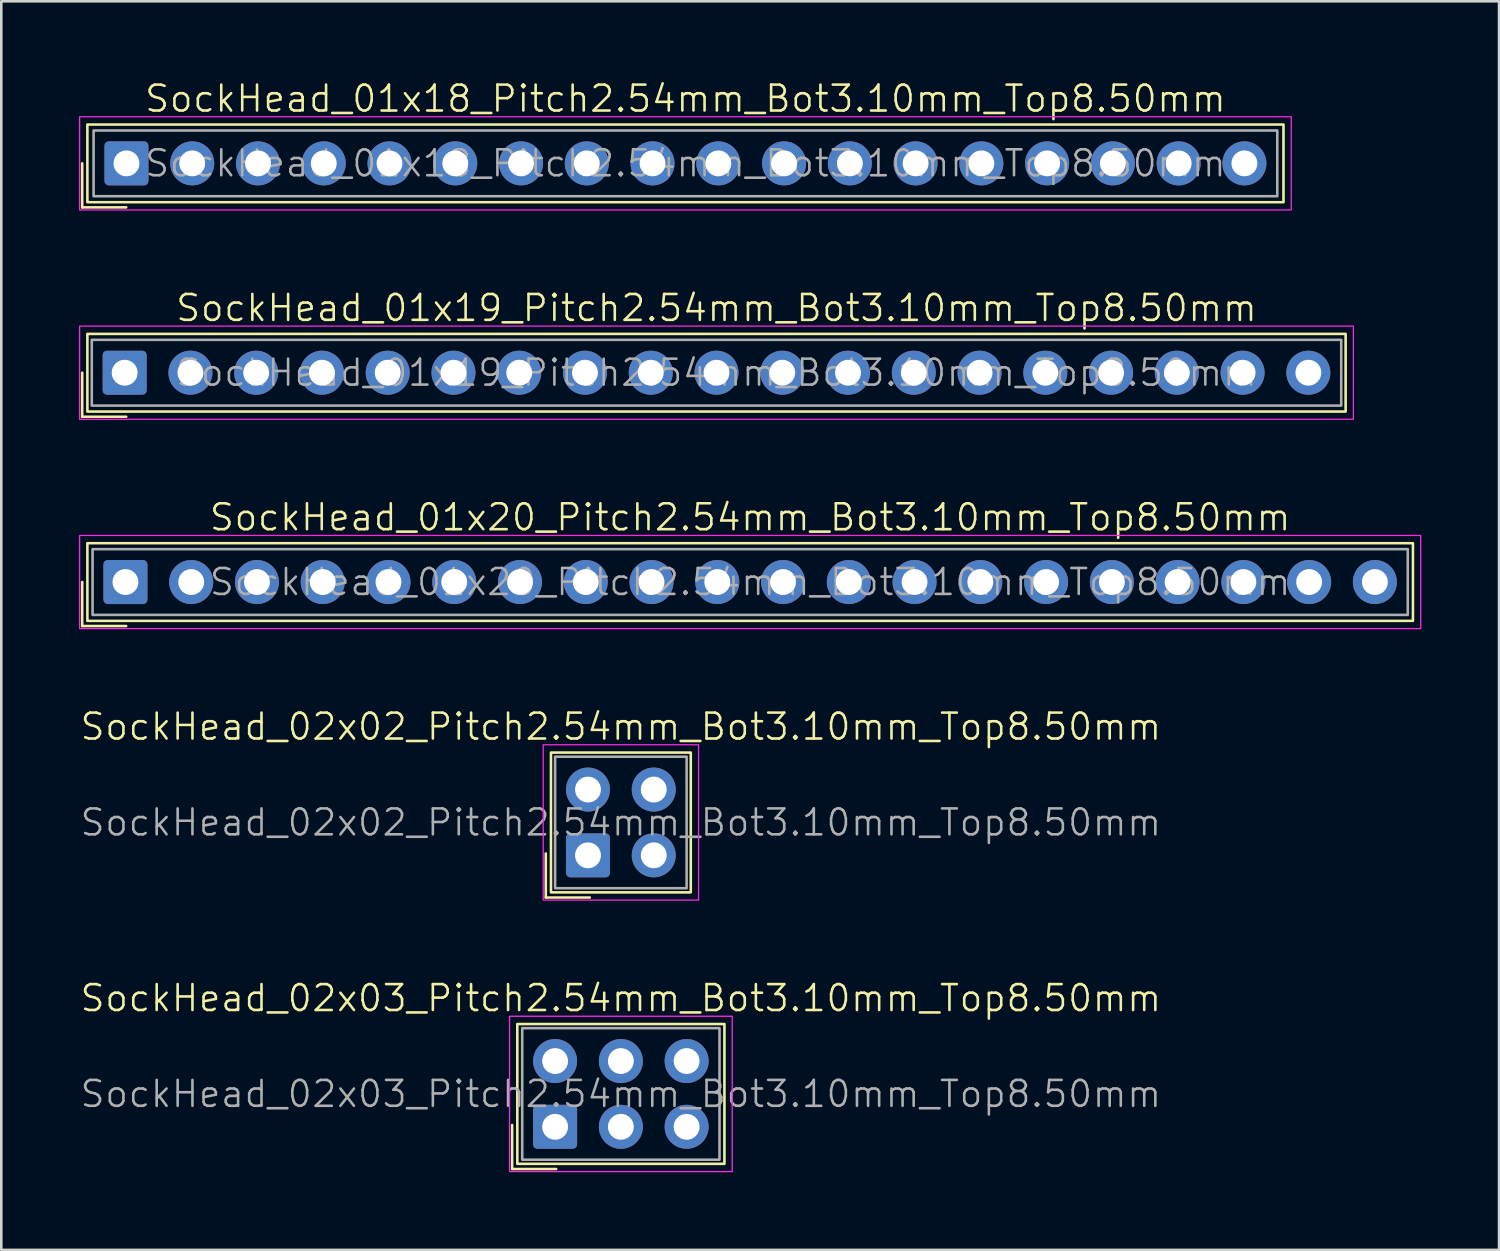
<source format=kicad_pcb>
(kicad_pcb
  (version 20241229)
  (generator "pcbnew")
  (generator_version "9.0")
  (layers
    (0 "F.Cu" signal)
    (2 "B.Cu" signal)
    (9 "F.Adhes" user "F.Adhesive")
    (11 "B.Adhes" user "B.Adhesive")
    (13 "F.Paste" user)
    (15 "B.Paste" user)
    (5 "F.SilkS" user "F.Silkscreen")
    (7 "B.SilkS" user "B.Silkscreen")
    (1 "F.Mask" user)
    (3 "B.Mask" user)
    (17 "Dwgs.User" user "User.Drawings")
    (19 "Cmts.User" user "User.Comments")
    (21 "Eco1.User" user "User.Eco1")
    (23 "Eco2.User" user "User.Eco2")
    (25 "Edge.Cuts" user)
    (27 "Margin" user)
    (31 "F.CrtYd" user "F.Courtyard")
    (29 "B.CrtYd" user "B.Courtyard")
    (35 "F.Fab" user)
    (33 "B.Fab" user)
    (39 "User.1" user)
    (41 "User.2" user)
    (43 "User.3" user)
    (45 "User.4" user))
  (footprint "SockHead_02x02_Pitch2.54mm_Bot3.10mm_Top8.50mm"
    (layer "F.Cu")
    (at 20.931 28.717)
    (property "Reference" "SockHead_02x02_Pitch2.54mm_Bot3.10mm_Top8.50mm" (at 0 -3.7 0) (unlocked yes) (layer "F.SilkS") (effects (font (size 1 1) (thickness 0.1))))
    (attr through_hole)
    (fp_line (start -2.9 1.2) (end -2.9 2.9) (stroke (width 0.1) (type default)) (layer "F.SilkS"))
    (fp_line (start -2.9 2.9) (end -1.2 2.9) (stroke (width 0.1) (type default)) (layer "F.SilkS"))
    (fp_rect (start -2.7 -2.7) (end 2.7 2.7) (stroke (width 0.1) (type default)) (fill no) (layer "F.SilkS"))
    (fp_rect (start -3 -3) (end 3 3) (stroke (width 0.05) (type default)) (fill no) (layer "F.CrtYd"))
    (fp_rect (start -2.54 -2.54) (end 2.54 2.54) (stroke (width 0.1) (type default)) (fill no) (layer "F.Fab"))
    (fp_text user "${REFERENCE}" (at 0 0 0) (unlocked yes) (layer "F.Fab") (effects (font (size 1 1) (thickness 0.1))))
    (pad "1" thru_hole roundrect (at -1.27 1.27) (size 1.7 1.7) (drill 1) (layers "*.Cu" "*.Mask") (roundrect_rratio 0.1))
    (pad "2" thru_hole circle (at -1.27 -1.27) (size 1.7 1.7) (drill 1) (layers "*.Cu" "*.Mask"))
    (pad "3" thru_hole circle (at 1.27 1.27) (size 1.7 1.7) (drill 1) (layers "*.Cu" "*.Mask"))
    (pad "4" thru_hole circle (at 1.27 -1.27) (size 1.7 1.7) (drill 1) (layers "*.Cu" "*.Mask")))
  (footprint "SockHead_01x19_Pitch2.54mm_Bot3.10mm_Top8.50mm"
    (layer "F.Cu")
    (at 24.625 11.346)
    (property "Reference" "SockHead_01x19_Pitch2.54mm_Bot3.10mm_Top8.50mm" (at 0 -2.5 0) (unlocked yes) (layer "F.SilkS") (effects (font (size 1 1) (thickness 0.1))))
    (attr through_hole)
    (fp_line (start -24.5 0) (end -24.5 1.7) (stroke (width 0.1) (type default)) (layer "F.SilkS"))
    (fp_line (start -24.5 1.7) (end -22.8 1.7) (stroke (width 0.1) (type default)) (layer "F.SilkS"))
    (fp_rect (start -24.3 -1.5) (end 24.3 1.5) (stroke (width 0.1) (type default)) (fill no) (layer "F.SilkS"))
    (fp_rect (start -24.6 1.8) (end 24.6 -1.8) (stroke (width 0.05) (type default)) (fill no) (layer "F.CrtYd"))
    (fp_rect (start -24.13 -1.27) (end 24.13 1.27) (stroke (width 0.1) (type default)) (fill no) (layer "F.Fab"))
    (fp_text user "${REFERENCE}" (at 0 0 0) (unlocked yes) (layer "F.Fab") (effects (font (size 1 1) (thickness 0.1))))
    (pad "1" thru_hole roundrect (at -22.86 0) (size 1.7 1.7) (drill 1) (layers "*.Cu" "*.Mask") (roundrect_rratio 0.1))
    (pad "2" thru_hole circle (at -20.32 0) (size 1.7 1.7) (drill 1) (layers "*.Cu" "*.Mask"))
    (pad "3" thru_hole circle (at -17.78 0) (size 1.7 1.7) (drill 1) (layers "*.Cu" "*.Mask"))
    (pad "4" thru_hole circle (at -15.24 0) (size 1.7 1.7) (drill 1) (layers "*.Cu" "*.Mask"))
    (pad "5" thru_hole circle (at -12.7 0) (size 1.7 1.7) (drill 1) (layers "*.Cu" "*.Mask"))
    (pad "6" thru_hole circle (at -10.16 0) (size 1.7 1.7) (drill 1) (layers "*.Cu" "*.Mask"))
    (pad "7" thru_hole circle (at -7.62 0) (size 1.7 1.7) (drill 1) (layers "*.Cu" "*.Mask"))
    (pad "8" thru_hole circle (at -5.08 0) (size 1.7 1.7) (drill 1) (layers "*.Cu" "*.Mask"))
    (pad "9" thru_hole circle (at -2.54 0) (size 1.7 1.7) (drill 1) (layers "*.Cu" "*.Mask"))
    (pad "10" thru_hole circle (at 0 0) (size 1.7 1.7) (drill 1) (layers "*.Cu" "*.Mask"))
    (pad "11" thru_hole circle (at 2.54 0) (size 1.7 1.7) (drill 1) (layers "*.Cu" "*.Mask"))
    (pad "12" thru_hole circle (at 5.08 0) (size 1.7 1.7) (drill 1) (layers "*.Cu" "*.Mask"))
    (pad "13" thru_hole circle (at 7.62 0) (size 1.7 1.7) (drill 1) (layers "*.Cu" "*.Mask"))
    (pad "14" thru_hole circle (at 10.16 0) (size 1.7 1.7) (drill 1) (layers "*.Cu" "*.Mask"))
    (pad "15" thru_hole circle (at 12.7 0) (size 1.7 1.7) (drill 1) (layers "*.Cu" "*.Mask"))
    (pad "16" thru_hole circle (at 15.24 0) (size 1.7 1.7) (drill 1) (layers "*.Cu" "*.Mask"))
    (pad "17" thru_hole circle (at 17.78 0) (size 1.7 1.7) (drill 1) (layers "*.Cu" "*.Mask"))
    (pad "18" thru_hole circle (at 20.32 0) (size 1.7 1.7) (drill 1) (layers "*.Cu" "*.Mask"))
    (pad "19" thru_hole circle (at 22.86 0) (size 1.7 1.7) (drill 1) (layers "*.Cu" "*.Mask")))
  (footprint "SockHead_02x03_Pitch2.54mm_Bot3.10mm_Top8.50mm"
    (layer "F.Cu")
    (at 20.931 39.203)
    (property "Reference" "SockHead_02x03_Pitch2.54mm_Bot3.10mm_Top8.50mm" (at 0 -3.7 0) (unlocked yes) (layer "F.SilkS") (effects (font (size 1 1) (thickness 0.1))))
    (attr through_hole)
    (fp_line (start -4.2 1.2) (end -4.2 2.9) (stroke (width 0.1) (type default)) (layer "F.SilkS"))
    (fp_line (start -4.2 2.9) (end -2.5 2.9) (stroke (width 0.1) (type default)) (layer "F.SilkS"))
    (fp_rect (start -4 -2.7) (end 4 2.7) (stroke (width 0.1) (type default)) (fill no) (layer "F.SilkS"))
    (fp_rect (start -4.3 -3) (end 4.3 3) (stroke (width 0.05) (type default)) (fill no) (layer "F.CrtYd"))
    (fp_rect (start -3.81 -2.54) (end 3.81 2.54) (stroke (width 0.1) (type default)) (fill no) (layer "F.Fab"))
    (fp_text user "${REFERENCE}" (at 0 0 0) (unlocked yes) (layer "F.Fab") (effects (font (size 1 1) (thickness 0.1))))
    (pad "1" thru_hole roundrect (at -2.54 1.27) (size 1.7 1.7) (drill 1) (layers "*.Cu" "*.Mask") (roundrect_rratio 0.1))
    (pad "2" thru_hole circle (at -2.54 -1.27) (size 1.7 1.7) (drill 1) (layers "*.Cu" "*.Mask"))
    (pad "3" thru_hole circle (at 0 1.27) (size 1.7 1.7) (drill 1) (layers "*.Cu" "*.Mask"))
    (pad "4" thru_hole circle (at 0 -1.27) (size 1.7 1.7) (drill 1) (layers "*.Cu" "*.Mask"))
    (pad "5" thru_hole circle (at 2.54 1.27) (size 1.7 1.7) (drill 1) (layers "*.Cu" "*.Mask"))
    (pad "6" thru_hole circle (at 2.54 -1.27) (size 1.7 1.7) (drill 1) (layers "*.Cu" "*.Mask")))
  (footprint "SockHead_01x18_Pitch2.54mm_Bot3.10mm_Top8.50mm"
    (layer "F.Cu")
    (at 23.425 3.26)
    (property "Reference" "SockHead_01x18_Pitch2.54mm_Bot3.10mm_Top8.50mm" (at 0 -2.5 0) (unlocked yes) (layer "F.SilkS") (effects (font (size 1 1) (thickness 0.1))))
    (attr through_hole)
    (fp_line (start -23.3 0) (end -23.3 1.7) (stroke (width 0.1) (type default)) (layer "F.SilkS"))
    (fp_line (start -23.3 1.7) (end -21.6 1.7) (stroke (width 0.1) (type default)) (layer "F.SilkS"))
    (fp_rect (start -23.1 -1.5) (end 23.1 1.5) (stroke (width 0.1) (type default)) (fill no) (layer "F.SilkS"))
    (fp_rect (start -23.4 1.8) (end 23.4 -1.8) (stroke (width 0.05) (type default)) (fill no) (layer "F.CrtYd"))
    (fp_rect (start -22.86 -1.27) (end 22.86 1.27) (stroke (width 0.1) (type default)) (fill no) (layer "F.Fab"))
    (fp_text user "${REFERENCE}" (at 0 0 0) (unlocked yes) (layer "F.Fab") (effects (font (size 1 1) (thickness 0.1))))
    (pad "1" thru_hole roundrect (at -21.59 0) (size 1.7 1.7) (drill 1) (layers "*.Cu" "*.Mask") (roundrect_rratio 0.1))
    (pad "2" thru_hole circle (at -19.05 0) (size 1.7 1.7) (drill 1) (layers "*.Cu" "*.Mask"))
    (pad "3" thru_hole circle (at -16.51 0) (size 1.7 1.7) (drill 1) (layers "*.Cu" "*.Mask"))
    (pad "4" thru_hole circle (at -13.97 0) (size 1.7 1.7) (drill 1) (layers "*.Cu" "*.Mask"))
    (pad "5" thru_hole circle (at -11.43 0) (size 1.7 1.7) (drill 1) (layers "*.Cu" "*.Mask"))
    (pad "6" thru_hole circle (at -8.89 0) (size 1.7 1.7) (drill 1) (layers "*.Cu" "*.Mask"))
    (pad "7" thru_hole circle (at -6.35 0) (size 1.7 1.7) (drill 1) (layers "*.Cu" "*.Mask"))
    (pad "8" thru_hole circle (at -3.81 0) (size 1.7 1.7) (drill 1) (layers "*.Cu" "*.Mask"))
    (pad "9" thru_hole circle (at -1.27 0) (size 1.7 1.7) (drill 1) (layers "*.Cu" "*.Mask"))
    (pad "10" thru_hole circle (at 1.27 0) (size 1.7 1.7) (drill 1) (layers "*.Cu" "*.Mask"))
    (pad "11" thru_hole circle (at 3.81 0) (size 1.7 1.7) (drill 1) (layers "*.Cu" "*.Mask"))
    (pad "12" thru_hole circle (at 6.35 0) (size 1.7 1.7) (drill 1) (layers "*.Cu" "*.Mask"))
    (pad "13" thru_hole circle (at 8.89 0) (size 1.7 1.7) (drill 1) (layers "*.Cu" "*.Mask"))
    (pad "14" thru_hole circle (at 11.43 0) (size 1.7 1.7) (drill 1) (layers "*.Cu" "*.Mask"))
    (pad "15" thru_hole circle (at 13.97 0) (size 1.7 1.7) (drill 1) (layers "*.Cu" "*.Mask"))
    (pad "16" thru_hole circle (at 16.51 0) (size 1.7 1.7) (drill 1) (layers "*.Cu" "*.Mask"))
    (pad "17" thru_hole circle (at 19.05 0) (size 1.7 1.7) (drill 1) (layers "*.Cu" "*.Mask"))
    (pad "18" thru_hole circle (at 21.59 0) (size 1.7 1.7) (drill 1) (layers "*.Cu" "*.Mask")))
  (footprint "SockHead_01x20_Pitch2.54mm_Bot3.10mm_Top8.50mm"
    (layer "F.Cu")
    (at 25.925 19.431)
    (property "Reference" "SockHead_01x20_Pitch2.54mm_Bot3.10mm_Top8.50mm" (at 0 -2.5 0) (unlocked yes) (layer "F.SilkS") (effects (font (size 1 1) (thickness 0.1))))
    (attr through_hole)
    (fp_line (start -25.8 0) (end -25.8 1.7) (stroke (width 0.1) (type default)) (layer "F.SilkS"))
    (fp_line (start -25.8 1.7) (end -24.1 1.7) (stroke (width 0.1) (type default)) (layer "F.SilkS"))
    (fp_rect (start -25.6 -1.5) (end 25.6 1.5) (stroke (width 0.1) (type default)) (fill no) (layer "F.SilkS"))
    (fp_rect (start -25.9 1.8) (end 25.9 -1.8) (stroke (width 0.05) (type default)) (fill no) (layer "F.CrtYd"))
    (fp_rect (start -25.4 -1.27) (end 25.4 1.27) (stroke (width 0.1) (type default)) (fill no) (layer "F.Fab"))
    (fp_text user "${REFERENCE}" (at 0 0 0) (unlocked yes) (layer "F.Fab") (effects (font (size 1 1) (thickness 0.1))))
    (pad "1" thru_hole roundrect (at -24.13 0) (size 1.7 1.7) (drill 1) (layers "*.Cu" "*.Mask") (roundrect_rratio 0.1))
    (pad "2" thru_hole circle (at -21.59 0) (size 1.7 1.7) (drill 1) (layers "*.Cu" "*.Mask"))
    (pad "3" thru_hole circle (at -19.05 0) (size 1.7 1.7) (drill 1) (layers "*.Cu" "*.Mask"))
    (pad "4" thru_hole circle (at -16.51 0) (size 1.7 1.7) (drill 1) (layers "*.Cu" "*.Mask"))
    (pad "5" thru_hole circle (at -13.97 0) (size 1.7 1.7) (drill 1) (layers "*.Cu" "*.Mask"))
    (pad "6" thru_hole circle (at -11.43 0) (size 1.7 1.7) (drill 1) (layers "*.Cu" "*.Mask"))
    (pad "7" thru_hole circle (at -8.89 0) (size 1.7 1.7) (drill 1) (layers "*.Cu" "*.Mask"))
    (pad "8" thru_hole circle (at -6.35 0) (size 1.7 1.7) (drill 1) (layers "*.Cu" "*.Mask"))
    (pad "9" thru_hole circle (at -3.81 0) (size 1.7 1.7) (drill 1) (layers "*.Cu" "*.Mask"))
    (pad "10" thru_hole circle (at -1.27 0) (size 1.7 1.7) (drill 1) (layers "*.Cu" "*.Mask"))
    (pad "11" thru_hole circle (at 1.27 0) (size 1.7 1.7) (drill 1) (layers "*.Cu" "*.Mask"))
    (pad "12" thru_hole circle (at 3.81 0) (size 1.7 1.7) (drill 1) (layers "*.Cu" "*.Mask"))
    (pad "13" thru_hole circle (at 6.35 0) (size 1.7 1.7) (drill 1) (layers "*.Cu" "*.Mask"))
    (pad "14" thru_hole circle (at 8.89 0) (size 1.7 1.7) (drill 1) (layers "*.Cu" "*.Mask"))
    (pad "15" thru_hole circle (at 11.43 0) (size 1.7 1.7) (drill 1) (layers "*.Cu" "*.Mask"))
    (pad "16" thru_hole circle (at 13.97 0) (size 1.7 1.7) (drill 1) (layers "*.Cu" "*.Mask"))
    (pad "17" thru_hole circle (at 16.51 0) (size 1.7 1.7) (drill 1) (layers "*.Cu" "*.Mask"))
    (pad "18" thru_hole circle (at 19.05 0) (size 1.7 1.7) (drill 1) (layers "*.Cu" "*.Mask"))
    (pad "19" thru_hole circle (at 21.59 0) (size 1.7 1.7) (drill 1) (layers "*.Cu" "*.Mask"))
    (pad "20" thru_hole circle (at 24.13 0) (size 1.7 1.7) (drill 1) (layers "*.Cu" "*.Mask")))
  (gr_rect
    (start -3 -3)
    (end 54.85 45.227)
    (stroke (width 0.1) (type default))
    (fill no)
    (layer "Edge.Cuts")))
</source>
